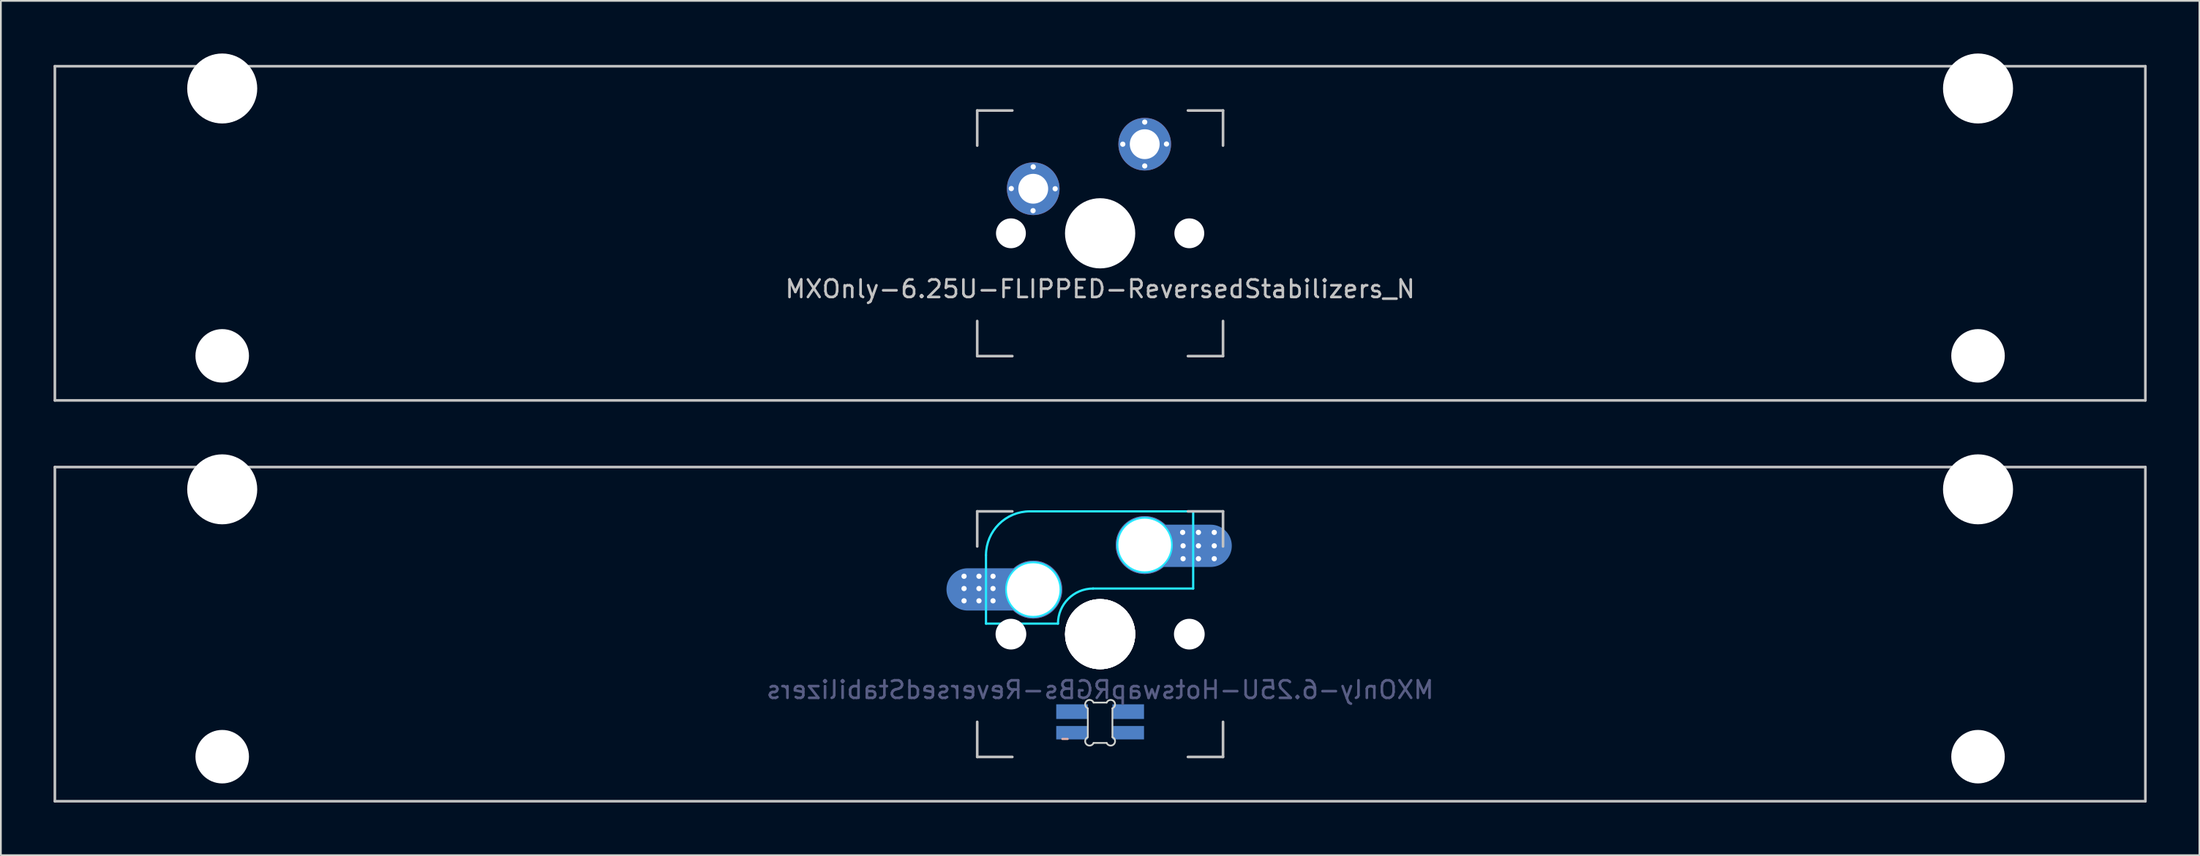
<source format=kicad_pcb>
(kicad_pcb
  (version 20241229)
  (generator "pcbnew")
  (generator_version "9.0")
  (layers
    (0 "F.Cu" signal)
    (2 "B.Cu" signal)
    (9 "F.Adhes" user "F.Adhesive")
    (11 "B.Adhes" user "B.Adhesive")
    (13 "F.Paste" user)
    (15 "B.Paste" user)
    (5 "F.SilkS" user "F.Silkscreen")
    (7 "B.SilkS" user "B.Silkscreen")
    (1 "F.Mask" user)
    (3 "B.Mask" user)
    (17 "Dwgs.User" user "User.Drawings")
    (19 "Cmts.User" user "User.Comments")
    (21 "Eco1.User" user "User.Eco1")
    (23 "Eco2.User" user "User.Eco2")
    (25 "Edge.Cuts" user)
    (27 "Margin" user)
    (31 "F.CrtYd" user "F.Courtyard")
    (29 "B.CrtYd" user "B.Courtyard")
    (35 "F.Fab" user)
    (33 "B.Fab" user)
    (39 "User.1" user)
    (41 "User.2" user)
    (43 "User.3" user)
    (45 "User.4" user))
  (footprint "MXOnly-6.25U-FLIPPED-ReversedStabilizers_N"
    (layer "F.Cu")
    (at 59.606 10.249)
    (property "Reference" "MXOnly-6.25U-FLIPPED-ReversedStabilizers_N" (at 0 3.175 0) (layer "Dwgs.User") (effects (font (size 1 1) (thickness 0.15))))
    (attr through_hole)
    (fp_line (start -59.531 -9.525) (end 59.531 -9.525) (stroke (width 0.15) (type solid)) (layer "Dwgs.User"))
    (fp_line (start -59.531 9.525) (end -59.531 -9.525) (stroke (width 0.15) (type solid)) (layer "Dwgs.User"))
    (fp_line (start -59.531 9.525) (end 59.531 9.525) (stroke (width 0.15) (type solid)) (layer "Dwgs.User"))
    (fp_line (start -7 -7) (end -7 -5) (stroke (width 0.15) (type solid)) (layer "Dwgs.User"))
    (fp_line (start -7 5) (end -7 7) (stroke (width 0.15) (type solid)) (layer "Dwgs.User"))
    (fp_line (start -7 7) (end -5 7) (stroke (width 0.15) (type solid)) (layer "Dwgs.User"))
    (fp_line (start -5 -7) (end -7 -7) (stroke (width 0.15) (type solid)) (layer "Dwgs.User"))
    (fp_line (start 5 -7) (end 7 -7) (stroke (width 0.15) (type solid)) (layer "Dwgs.User"))
    (fp_line (start 5 7) (end 7 7) (stroke (width 0.15) (type solid)) (layer "Dwgs.User"))
    (fp_line (start 7 -7) (end 7 -5) (stroke (width 0.15) (type solid)) (layer "Dwgs.User"))
    (fp_line (start 7 5) (end 7 7) (stroke (width 0.15) (type solid)) (layer "Dwgs.User"))
    (fp_line (start 59.531 -9.525) (end 59.531 9.525) (stroke (width 0.15) (type solid)) (layer "Dwgs.User"))
    (pad "" np_thru_hole circle (at -50 -8.255) (size 3.988 3.988) (drill 3.988) (layers "*.Cu" "*.Mask"))
    (pad "" np_thru_hole circle (at -50 6.985) (size 3.048 3.048) (drill 3.048) (layers "*.Cu" "*.Mask"))
    (pad "" np_thru_hole circle (at -5.08 0 48.099) (size 1.7 1.7) (drill 1.7) (layers "*.Cu" "*.Mask"))
    (pad "" np_thru_hole circle (at 0 0) (size 4 4) (drill 4) (layers "*.Cu" "*.Mask"))
    (pad "" np_thru_hole circle (at 5.08 0 48.099) (size 1.7 1.7) (drill 1.7) (layers "*.Cu" "*.Mask"))
    (pad "" np_thru_hole circle (at 50 -8.255) (size 3.988 3.988) (drill 3.988) (layers "*.Cu" "*.Mask"))
    (pad "" np_thru_hole circle (at 50 6.985) (size 3.048 3.048) (drill 3.048) (layers "*.Cu" "*.Mask"))
    (pad "1" thru_hole circle (at -5.06 -2.55 180) (size 0.4 0.4) (drill 0.3) (layers "*.Cu" "B.Mask"))
    (pad "1" thru_hole circle (at -3.82 -1.29 180) (size 0.4 0.4) (drill 0.3) (layers "*.Cu" "B.Mask"))
    (pad "1" thru_hole circle (at -3.81 -3.79 180) (size 0.4 0.4) (drill 0.3) (layers "*.Cu" "B.Mask"))
    (pad "1" thru_hole circle (at -3.81 -2.54) (size 3 3) (drill 1.7) (layers "*.Cu" "B.Mask"))
    (pad "1" thru_hole circle (at -2.56 -2.54 180) (size 0.4 0.4) (drill 0.3) (layers "*.Cu" "B.Mask"))
    (pad "2" thru_hole circle (at 1.29 -5.08 180) (size 0.4 0.4) (drill 0.3) (layers "*.Cu" "B.Mask"))
    (pad "2" thru_hole circle (at 2.54 -6.34 180) (size 0.4 0.4) (drill 0.3) (layers "*.Cu" "B.Mask"))
    (pad "2" thru_hole circle (at 2.54 -5.08) (size 3 3) (drill 1.7) (layers "*.Cu" "B.Mask"))
    (pad "2" thru_hole circle (at 2.54 -3.84 180) (size 0.4 0.4) (drill 0.3) (layers "*.Cu" "B.Mask"))
    (pad "2" thru_hole circle (at 3.78 -5.09 180) (size 0.4 0.4) (drill 0.3) (layers "*.Cu" "B.Mask")))
  (footprint "MXOnly-6.25U-HotswapRGBs-ReversedStabilizers"
    (layer "F.Cu")
    (at 59.606 33.098)
    (property "Reference" "MXOnly-6.25U-HotswapRGBs-ReversedStabilizers" (at 0 3.175 0) (layer "B.Fab") (effects (font (size 1 1) (thickness 0.15)) (justify mirror)))
    (attr smd)
    (fp_line (start -2.15 5.975) (end -1.85 5.975) (stroke (width 0.12) (type solid)) (layer "B.SilkS"))
    (fp_line (start -59.531 -9.525) (end 59.531 -9.525) (stroke (width 0.15) (type solid)) (layer "Dwgs.User"))
    (fp_line (start -59.531 9.525) (end -59.531 -9.525) (stroke (width 0.15) (type solid)) (layer "Dwgs.User"))
    (fp_line (start -7 -7) (end -7 -5) (stroke (width 0.15) (type solid)) (layer "Dwgs.User"))
    (fp_line (start -7 5) (end -7 7) (stroke (width 0.15) (type solid)) (layer "Dwgs.User"))
    (fp_line (start -7 7) (end -5 7) (stroke (width 0.15) (type solid)) (layer "Dwgs.User"))
    (fp_line (start -5 -7) (end -7 -7) (stroke (width 0.15) (type solid)) (layer "Dwgs.User"))
    (fp_line (start 5 -7) (end 7 -7) (stroke (width 0.15) (type solid)) (layer "Dwgs.User"))
    (fp_line (start 5 7) (end 7 7) (stroke (width 0.15) (type solid)) (layer "Dwgs.User"))
    (fp_line (start 7 -5) (end 7 -7) (stroke (width 0.15) (type solid)) (layer "Dwgs.User"))
    (fp_line (start 7 7) (end 7 5) (stroke (width 0.15) (type solid)) (layer "Dwgs.User"))
    (fp_line (start 59.531 -9.525) (end 59.531 9.525) (stroke (width 0.15) (type solid)) (layer "Dwgs.User"))
    (fp_line (start 59.531 9.525) (end -59.531 9.525) (stroke (width 0.15) (type solid)) (layer "Dwgs.User"))
    (fp_line (start -0.701 5.873) (end -0.701 4.229) (stroke (width 0.1) (type solid)) (layer "Edge.Cuts"))
    (fp_line (start -0.372 3.9) (end 0.372 3.9) (stroke (width 0.1) (type solid)) (layer "Edge.Cuts"))
    (fp_line (start 0.372 6.202) (end -0.372 6.202) (stroke (width 0.1) (type solid)) (layer "Edge.Cuts"))
    (fp_line (start 0.701 4.229) (end 0.701 5.873) (stroke (width 0.1) (type solid)) (layer "Edge.Cuts"))
    (fp_arc (start -0.701007 4.229129) (mid -0.777791 3.823216) (end -0.371878 3.9) (stroke (width 0.1) (type solid)) (layer "Edge.Cuts"))
    (fp_arc (start -0.371878 6.202013) (mid -0.777748 6.278754) (end -0.701007 5.872884) (stroke (width 0.1) (type solid)) (layer "Edge.Cuts"))
    (fp_arc (start 0.371877 3.9) (mid 0.777804 3.823208) (end 0.701006 4.229129) (stroke (width 0.1) (type solid)) (layer "Edge.Cuts"))
    (fp_arc (start 0.701006 5.872884) (mid 0.777758 6.278765) (end 0.371877 6.202013) (stroke (width 0.1) (type solid)) (layer "Edge.Cuts"))
    (fp_line (start -6.5 -4.5) (end -6.5 -0.6) (stroke (width 0.127) (type solid)) (layer "B.CrtYd"))
    (fp_line (start -6.5 -0.6) (end -2.4 -0.6) (stroke (width 0.127) (type solid)) (layer "B.CrtYd"))
    (fp_line (start -0.4 -2.6) (end 5.3 -2.6) (stroke (width 0.127) (type solid)) (layer "B.CrtYd"))
    (fp_line (start 5.3 -7) (end -4 -7) (stroke (width 0.127) (type solid)) (layer "B.CrtYd"))
    (fp_line (start 5.3 -7) (end 5.3 -2.6) (stroke (width 0.127) (type solid)) (layer "B.CrtYd"))
    (fp_arc (start -6.5 -4.5) (mid -5.767767 -6.267767) (end -4 -7) (stroke (width 0.127) (type solid)) (layer "B.CrtYd"))
    (fp_arc (start -2.4 -0.6) (mid -1.814214 -2.014214) (end -0.4 -2.6) (stroke (width 0.127) (type solid)) (layer "B.CrtYd"))
    (fp_circle (center -3.81 -2.54) (end -2.286 -2.54) (stroke (width 0.15) (type solid)) (fill no) (layer "B.CrtYd"))
    (fp_circle (center 2.54 -5.08) (end 2.54 -6.604) (stroke (width 0.15) (type solid)) (fill no) (layer "B.CrtYd"))
    (pad "" np_thru_hole circle (at -50 -8.255) (size 3.988 3.988) (drill 3.988) (layers "*.Cu" "*.Mask"))
    (pad "" np_thru_hole circle (at -50 6.985) (size 3.048 3.048) (drill 3.048) (layers "*.Cu" "*.Mask"))
    (pad "" np_thru_hole circle (at -5.08 0 48.1) (size 1.75 1.75) (drill 1.75) (layers "*.Cu" "*.Mask"))
    (pad "" np_thru_hole circle (at 0 0) (size 3.988 3.988) (drill 3.988) (layers "*.Cu" "*.Mask"))
    (pad "" np_thru_hole circle (at 0 0) (size 3.988 3.988) (drill 3.988) (layers "*.Cu" "*.Mask"))
    (pad "" np_thru_hole circle (at 0 0) (size 4 4) (drill 4) (layers "*.Cu" "*.Mask"))
    (pad "" np_thru_hole circle (at 0 0) (size 4 4) (drill 4) (layers "*.Cu" "*.Mask"))
    (pad "" np_thru_hole circle (at 5.08 0 48.1) (size 1.75 1.75) (drill 1.75) (layers "*.Cu" "*.Mask"))
    (pad "" np_thru_hole circle (at 50 -8.255) (size 3.988 3.988) (drill 3.988) (layers "*.Cu" "*.Mask"))
    (pad "" np_thru_hole circle (at 50 6.985) (size 3.048 3.048) (drill 3.048) (layers "*.Cu" "*.Mask"))
    (pad "1" thru_hole circle (at 2.54 -5.08) (size 3.3 3.3) (drill 3) (layers "*.Cu" "B.Mask"))
    (pad "1" thru_hole circle (at 4.7 -5.8) (size 0.4 0.4) (drill 0.3) (layers "*.Cu" "B.Mask"))
    (pad "1" thru_hole circle (at 4.725 -5.035) (size 0.4 0.4) (drill 0.3) (layers "*.Cu" "B.Mask"))
    (pad "1" thru_hole circle (at 4.725 -4.3) (size 0.4 0.4) (drill 0.3) (layers "*.Cu" "B.Mask"))
    (pad "1" smd oval (at 4.75 -5.035) (size 5.5 2.41) (layers "B.Cu" "B.Mask" "B.Paste"))
    (pad "1" thru_hole circle (at 5.6 -5.8) (size 0.4 0.4) (drill 0.3) (layers "*.Cu" "B.Mask"))
    (pad "1" thru_hole circle (at 5.6 -5.035) (size 0.4 0.4) (drill 0.3) (layers "*.Cu" "B.Mask"))
    (pad "1" thru_hole circle (at 5.6 -4.3) (size 0.4 0.4) (drill 0.3) (layers "*.Cu" "B.Mask"))
    (pad "1" thru_hole circle (at 6.5 -5.8) (size 0.4 0.4) (drill 0.3) (layers "*.Cu" "B.Mask"))
    (pad "1" thru_hole circle (at 6.5 -5.035) (size 0.4 0.4) (drill 0.3) (layers "*.Cu" "B.Mask"))
    (pad "1" thru_hole circle (at 6.5 -4.3) (size 0.4 0.4) (drill 0.3) (layers "*.Cu" "B.Mask"))
    (pad "2" thru_hole circle (at -7.75 -3.3) (size 0.4 0.4) (drill 0.3) (layers "*.Cu" "B.Mask"))
    (pad "2" thru_hole circle (at -7.75 -2.6) (size 0.4 0.4) (drill 0.3) (layers "*.Cu" "B.Mask"))
    (pad "2" thru_hole circle (at -7.75 -1.9) (size 0.4 0.4) (drill 0.3) (layers "*.Cu" "B.Mask"))
    (pad "2" thru_hole circle (at -6.9 -3.3) (size 0.4 0.4) (drill 0.3) (layers "*.Cu" "B.Mask"))
    (pad "2" thru_hole circle (at -6.9 -2.6) (size 0.4 0.4) (drill 0.3) (layers "*.Cu" "B.Mask"))
    (pad "2" thru_hole circle (at -6.9 -1.9) (size 0.4 0.4) (drill 0.3) (layers "*.Cu" "B.Mask"))
    (pad "2" thru_hole circle (at -6.1 -3.3) (size 0.4 0.4) (drill 0.3) (layers "*.Cu" "B.Mask"))
    (pad "2" thru_hole circle (at -6.1 -2.6) (size 0.4 0.4) (drill 0.3) (layers "*.Cu" "B.Mask"))
    (pad "2" thru_hole circle (at -6.1 -1.9) (size 0.4 0.4) (drill 0.3) (layers "*.Cu" "B.Mask"))
    (pad "2" smd oval (at -6 -2.55) (size 5.5 2.41) (layers "B.Cu" "B.Mask" "B.Paste"))
    (pad "2" thru_hole circle (at -3.81 -2.54) (size 3.3 3.3) (drill 3) (layers "*.Cu" "B.Mask"))
    (pad "3" smd rect (at 1.6 4.418) (size 1.8 0.836) (layers "B.Cu" "B.Mask" "B.Paste"))
    (pad "4" smd rect (at -1.6 4.418) (size 1.8 0.836) (layers "B.Cu" "B.Mask" "B.Paste"))
    (pad "5" smd rect (at 1.6 5.618) (size 1.8 0.764) (layers "B.Cu" "B.Mask" "B.Paste"))
    (pad "6" smd rect (at -1.6 5.618) (size 1.8 0.764) (layers "B.Cu" "B.Mask" "B.Paste")))
  (gr_rect
    (start -3 -3)
    (end 122.213 45.698)
    (stroke (width 0.1) (type default))
    (fill no)
    (layer "Edge.Cuts")))
</source>
